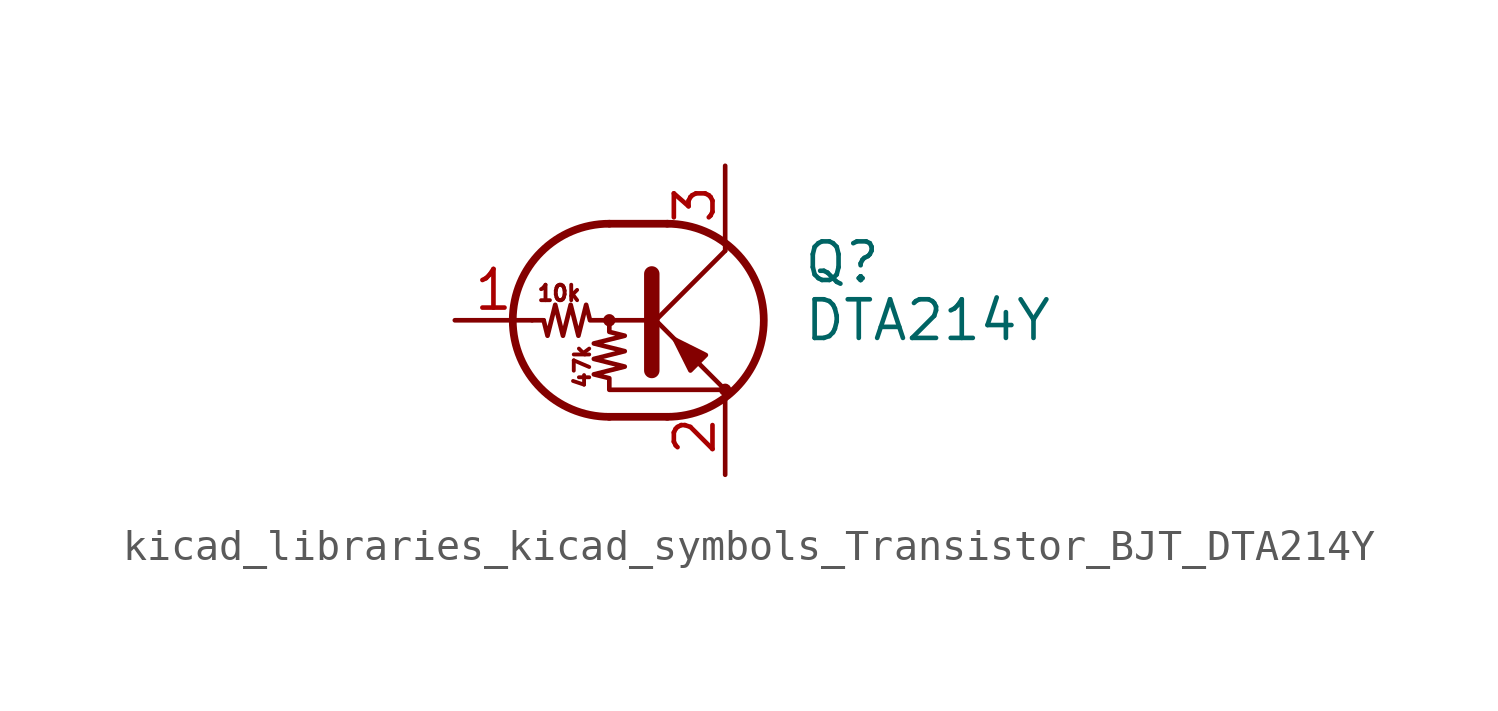
<source format=kicad_sym>
(kicad_symbol_lib
  (version 20220914)
  (generator kicad_symbol_editor)
  (symbol "kicad_libraries_kicad_symbols_Transistor_BJT_DTA214Y"
    (pin_names
      (offset 0) hide)
    (property "Reference" "Q"
      (at 5.08 1.905 0)
      (effects (font (size 1.27 1.27)) (justify left)))
    (property "Value" "DTA214Y"
      (at 5.08 0 0)
      (effects (font (size 1.27 1.27)) (justify left)))
    (symbol "kicad_libraries_kicad_symbols_Transistor_BJT_DTA214Y_0_0"
      (text "10k" (at -2.921 0.889 0) (effects (font (size 0.508 0.508))))
      (text "47k" (at -2.159 -1.524 900) (effects (font (size 0.508 0.508)))))
    (symbol "kicad_libraries_kicad_symbols_Transistor_BJT_DTA214Y_0_1"
      (circle (center -1.27 0) (radius 0.127) (stroke (width 0) (type default)) (fill (type none)))
      (arc (start -1.27 3.175) (mid -4.4312 0) (end -1.27 -3.175) (stroke (width 0.254) (type default)) (fill (type none)))
      (polyline (pts (xy -3.429 0) (xy -3.81 0)) (stroke (width 0) (type default)) (fill (type none)))
      (polyline (pts (xy -1.27 -3.175) (xy 0.635 -3.175)) (stroke (width 0.254) (type default)) (fill (type none)))
      (polyline (pts (xy -1.27 3.175) (xy 0.635 3.175)) (stroke (width 0.254) (type default)) (fill (type none)))
      (polyline (pts (xy 0 -0.254) (xy 2.54 2.286)) (stroke (width 0) (type default)) (fill (type none)))
      (polyline (pts (xy 0.127 1.524) (xy 0.127 -1.651)) (stroke (width 0.508) (type default)) (fill (type outline)))
      (polyline (pts (xy 2.54 2.286) (xy 2.54 2.54)) (stroke (width 0) (type default)) (fill (type none)))
      (polyline (pts (xy 2.54 -2.286) (xy 0 0.254) (xy 0 0.254)) (stroke (width 0) (type default)) (fill (type none)))
      (polyline (pts (xy 1.397 -1.651) (xy 1.905 -1.143) (xy 0.889 -0.635) (xy 1.397 -1.651)) (stroke (width 0) (type default)) (fill (type outline)))
      (polyline (pts (xy 0 0) (xy -1.905 0) (xy -2.032 0.508) (xy -2.286 -0.508) (xy -2.54 0.508) (xy -2.794 -0.508) (xy -3.048 0.508) (xy -3.302 -0.508) (xy -3.429 0)) (stroke (width 0) (type default)) (fill (type none)))
      (polyline (pts (xy -1.27 0) (xy -1.27 -0.381) (xy -0.762 -0.508) (xy -1.778 -0.762) (xy -0.762 -1.016) (xy -1.778 -1.27) (xy -0.762 -1.524) (xy -1.778 -1.778) (xy -1.27 -1.905) (xy -1.27 -2.286) (xy 2.54 -2.286)) (stroke (width 0) (type default)) (fill (type none)))
      (arc (start 0.635 -3.175) (mid 3.7962 0) (end 0.635 3.175) (stroke (width 0.254) (type default)) (fill (type none)))
      (circle (center 2.54 -2.286) (radius 0.127) (stroke (width 0) (type default)) (fill (type none))))
    (symbol "kicad_libraries_kicad_symbols_Transistor_BJT_DTA214Y_1_1"
      (pin input line (at -6.35 0 0) (length 2.54) (name "B" (effects (font (size 1.27 1.27)))) (number "1" (effects (font (size 1.27 1.27)))))
      (pin passive line (at 2.54 -5.08 90) (length 2.54) (name "E" (effects (font (size 1.27 1.27)))) (number "2" (effects (font (size 1.27 1.27)))))
      (pin passive line (at 2.54 5.08 270) (length 2.54) (name "C" (effects (font (size 1.27 1.27)))) (number "3" (effects (font (size 1.27 1.27))))))))
</source>
